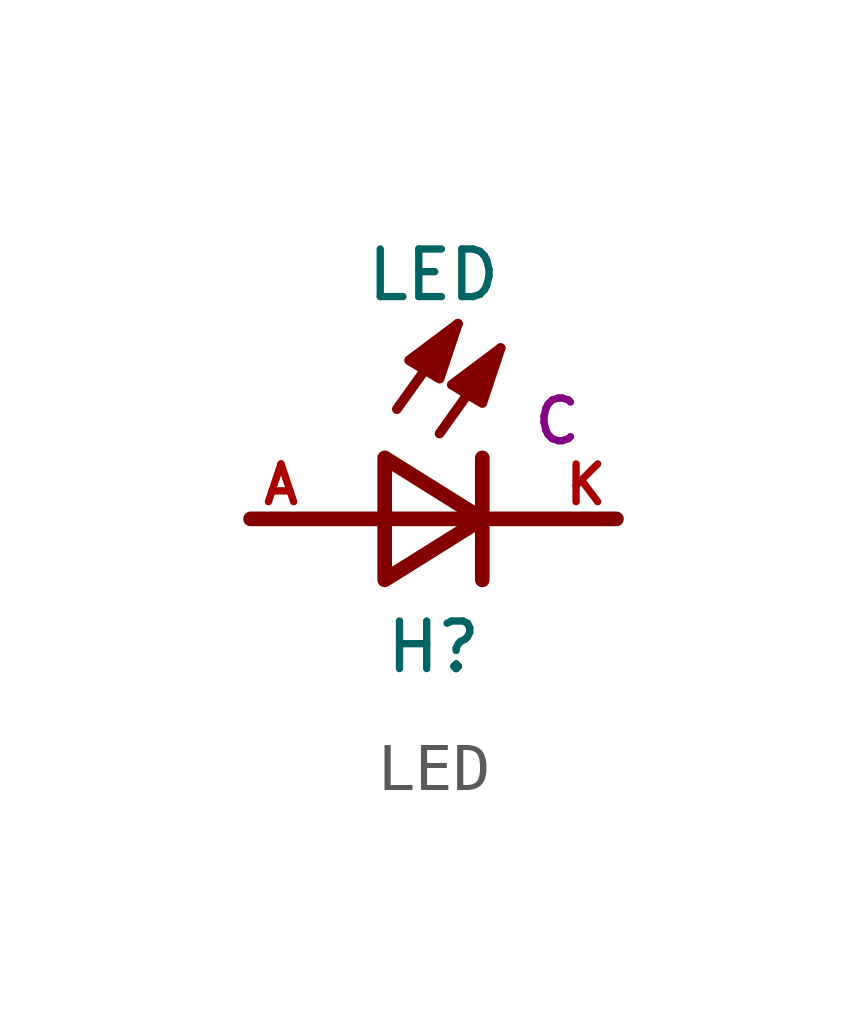
<source format=kicad_sym>
(kicad_symbol_lib
  (version 20220914)
  (generator kicad_symbol_editor)
  (symbol "LED"
    (pin_names
      (offset 1.016) hide)
    (property "Reference" "H"
      (at 0 -2.667 0)
      (effects (font (size 0.991 0.991))))
    (property "Value" "LED"
      (at 0 5.08 0)
      (effects (font (size 0.991 0.991))))
    (property "Footprint" ""
      (at 0.381 0 0)
      (effects (font (size 1.524 1.524))))
    (property "Datasheet" ""
      (at 0.381 0 0)
      (effects (font (size 1.524 1.524))))
    (property "Color" "C"
      (at 2.032 2.032 0)
      (effects (font (size 0.889 0.889)) (justify left)))
    (symbol "LED_0_0"
      (polyline (pts (xy -0.762 2.286) (xy 0.508 4.064)) (stroke (width 0.203) (type default)) (fill (type outline)))
      (polyline (pts (xy -3.81 0) (xy 1.016 0) (xy 3.81 0)) (stroke (width 0.305) (type default)) (fill (type none)))
      (polyline (pts (xy 0.127 2.921) (xy -0.508 3.302) (xy 0.508 4.064) (xy 0.127 2.921)) (stroke (width 0.203) (type default)) (fill (type outline)))
      (polyline (pts (xy 1.016 1.27) (xy 1.016 0) (xy -1.016 1.27) (xy -1.016 -1.27) (xy 1.016 0) (xy 1.016 -1.27)) (stroke (width 0.305) (type default)) (fill (type none)))
      (pin passive line (at -3.81 0 0) (length 1.27) (name "A" (effects (font (size 0.787 0.787)))) (number "A" (effects (font (size 0.787 0.787)))))
      (pin passive line (at 3.81 0 180) (length 1.27) (name "K" (effects (font (size 0.787 0.787)))) (number "K" (effects (font (size 0.787 0.787))))))
    (symbol "LED_1_1"
      (polyline (pts (xy 0.127 1.778) (xy 1.397 3.556)) (stroke (width 0.203) (type default)) (fill (type outline)))
      (polyline (pts (xy 1.016 2.413) (xy 0.381 2.794) (xy 1.397 3.556) (xy 1.016 2.413)) (stroke (width 0.203) (type default)) (fill (type outline))))))
</source>
